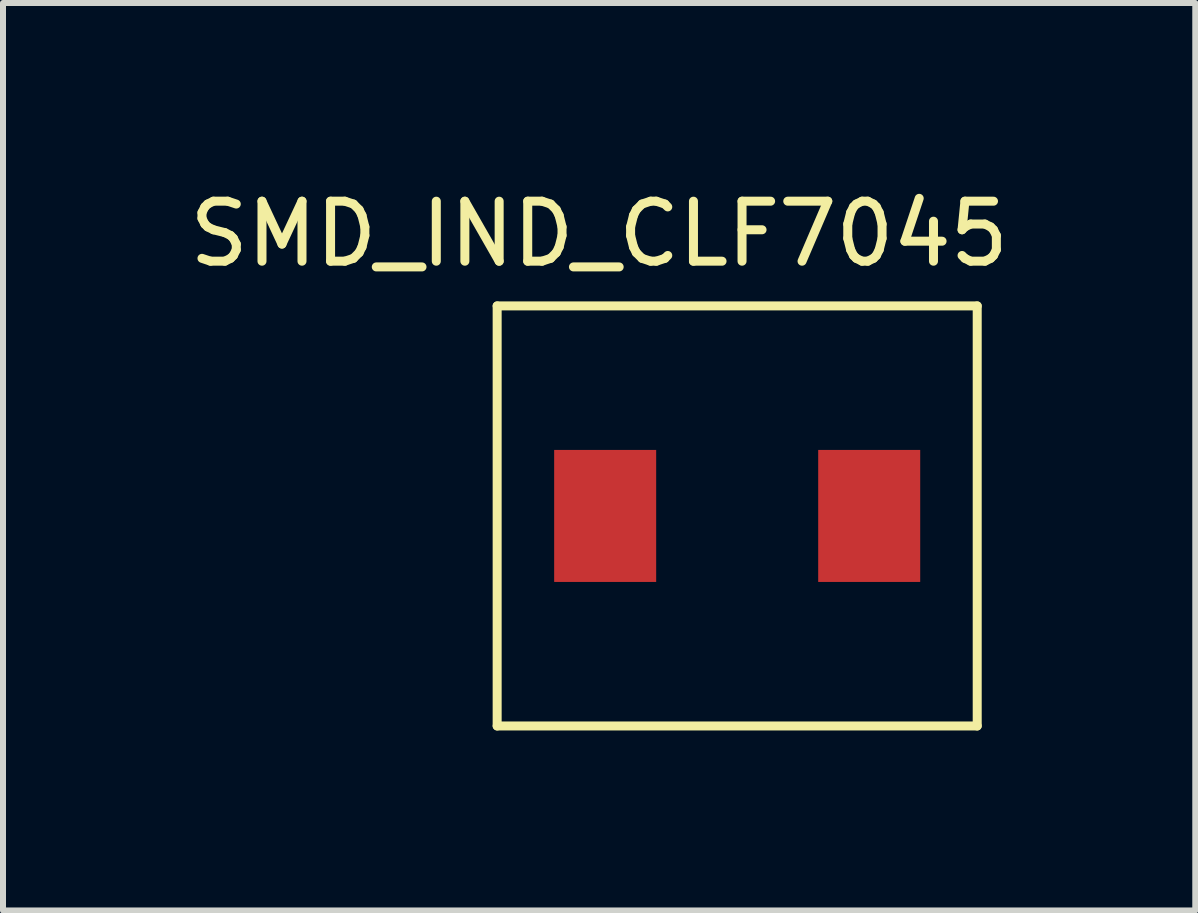
<source format=kicad_pcb>
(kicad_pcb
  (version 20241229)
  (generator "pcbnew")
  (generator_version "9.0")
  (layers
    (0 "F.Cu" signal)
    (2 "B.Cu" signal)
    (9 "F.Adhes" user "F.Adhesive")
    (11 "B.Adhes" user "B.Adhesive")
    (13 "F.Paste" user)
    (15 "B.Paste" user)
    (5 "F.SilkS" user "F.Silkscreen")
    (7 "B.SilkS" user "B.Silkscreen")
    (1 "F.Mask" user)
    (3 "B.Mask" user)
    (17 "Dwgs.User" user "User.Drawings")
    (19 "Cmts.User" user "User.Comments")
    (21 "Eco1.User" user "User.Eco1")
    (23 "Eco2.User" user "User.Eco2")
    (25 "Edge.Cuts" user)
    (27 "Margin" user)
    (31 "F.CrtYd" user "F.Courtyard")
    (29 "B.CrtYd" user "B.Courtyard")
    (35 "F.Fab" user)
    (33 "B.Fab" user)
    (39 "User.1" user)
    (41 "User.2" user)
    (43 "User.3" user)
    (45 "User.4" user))
  (footprint "SMD_IND_CLF7045"
    (layer "F.Cu")
    (at 9.235 5.548)
    (property "Reference" "SMD_IND_CLF7045" (at -2.3 -4.7 0) (layer "F.SilkS") (effects (font (size 1 1) (thickness 0.15))))
    (attr through_hole)
    (fp_line (start -4 -3.5) (end -4 3.5) (stroke (width 0.15) (type solid)) (layer "F.SilkS"))
    (fp_line (start -4 3.5) (end 4 3.5) (stroke (width 0.15) (type solid)) (layer "F.SilkS"))
    (fp_line (start 4 -3.5) (end -4 -3.5) (stroke (width 0.15) (type solid)) (layer "F.SilkS"))
    (fp_line (start 4 -3.5) (end 4 3.5) (stroke (width 0.15) (type solid)) (layer "F.SilkS"))
    (pad "1" smd rect (at -2.2 0) (size 1.7 2.2) (layers "F.Cu" "F.Mask" "F.Paste"))
    (pad "2" smd rect (at 2.2 0) (size 1.7 2.2) (layers "F.Cu" "F.Mask" "F.Paste")))
  (gr_rect
    (start -3 -3)
    (end 16.869 12.123)
    (stroke (width 0.1) (type default))
    (fill no)
    (layer "Edge.Cuts")))
</source>
